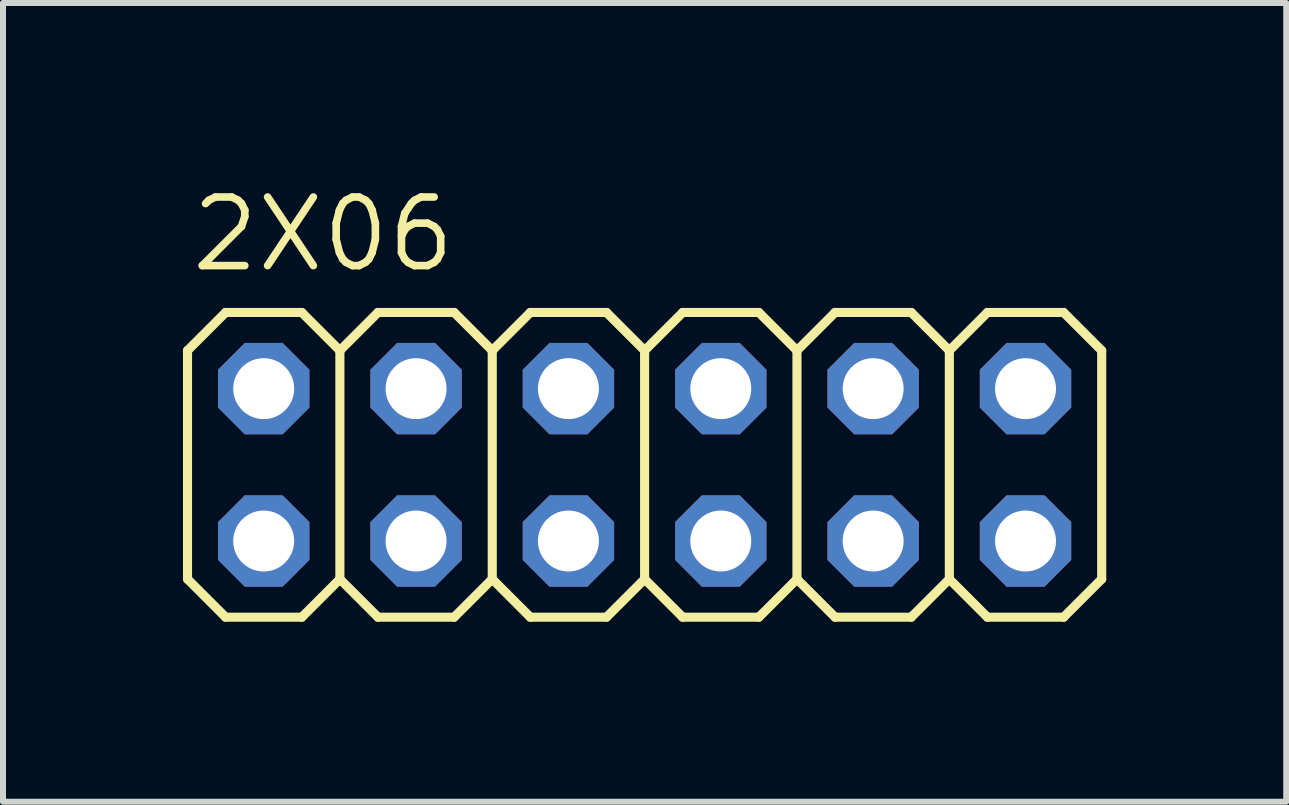
<source format=kicad_pcb>
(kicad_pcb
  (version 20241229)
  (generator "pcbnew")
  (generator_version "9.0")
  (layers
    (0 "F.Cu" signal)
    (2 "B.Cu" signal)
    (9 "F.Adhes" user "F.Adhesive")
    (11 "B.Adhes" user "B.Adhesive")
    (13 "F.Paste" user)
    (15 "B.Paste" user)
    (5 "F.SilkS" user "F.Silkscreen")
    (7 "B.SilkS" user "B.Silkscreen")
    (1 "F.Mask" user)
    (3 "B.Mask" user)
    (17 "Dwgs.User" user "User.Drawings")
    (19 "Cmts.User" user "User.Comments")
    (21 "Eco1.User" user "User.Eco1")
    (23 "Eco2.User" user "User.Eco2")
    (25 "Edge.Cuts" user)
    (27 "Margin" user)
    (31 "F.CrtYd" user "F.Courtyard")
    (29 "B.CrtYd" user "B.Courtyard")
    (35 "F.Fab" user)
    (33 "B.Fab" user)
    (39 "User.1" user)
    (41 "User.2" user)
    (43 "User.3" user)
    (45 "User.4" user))
  (footprint "2X06"
    (layer "F.Cu")
    (at 7.696 4.699)
    (property "Reference" "2X06" (at -7.62 -3.175 0) (layer "F.SilkS") (effects (font (size 1.143 1.143) (thickness 0.127)) (justify left bottom)))
    (fp_line (start -7.62 -1.905) (end -6.985 -2.54) (stroke (width 0.152) (type solid)) (layer "F.SilkS"))
    (fp_line (start -7.62 1.905) (end -7.62 -1.905) (stroke (width 0.152) (type solid)) (layer "F.SilkS"))
    (fp_line (start -7.62 1.905) (end -6.985 2.54) (stroke (width 0.152) (type solid)) (layer "F.SilkS"))
    (fp_line (start -6.985 -2.54) (end -5.715 -2.54) (stroke (width 0.152) (type solid)) (layer "F.SilkS"))
    (fp_line (start -6.985 2.54) (end -5.715 2.54) (stroke (width 0.152) (type solid)) (layer "F.SilkS"))
    (fp_line (start -5.715 -2.54) (end -5.08 -1.905) (stroke (width 0.152) (type solid)) (layer "F.SilkS"))
    (fp_line (start -5.715 2.54) (end -5.08 1.905) (stroke (width 0.152) (type solid)) (layer "F.SilkS"))
    (fp_line (start -5.08 -1.905) (end -5.08 1.905) (stroke (width 0.152) (type solid)) (layer "F.SilkS"))
    (fp_line (start -5.08 -1.905) (end -4.445 -2.54) (stroke (width 0.152) (type solid)) (layer "F.SilkS"))
    (fp_line (start -5.08 1.905) (end -4.445 2.54) (stroke (width 0.152) (type solid)) (layer "F.SilkS"))
    (fp_line (start -4.445 -2.54) (end -3.175 -2.54) (stroke (width 0.152) (type solid)) (layer "F.SilkS"))
    (fp_line (start -4.445 2.54) (end -3.175 2.54) (stroke (width 0.152) (type solid)) (layer "F.SilkS"))
    (fp_line (start -3.175 -2.54) (end -2.54 -1.905) (stroke (width 0.152) (type solid)) (layer "F.SilkS"))
    (fp_line (start -3.175 2.54) (end -2.54 1.905) (stroke (width 0.152) (type solid)) (layer "F.SilkS"))
    (fp_line (start -2.54 -1.905) (end -2.54 1.905) (stroke (width 0.152) (type solid)) (layer "F.SilkS"))
    (fp_line (start -2.54 -1.905) (end -1.905 -2.54) (stroke (width 0.152) (type solid)) (layer "F.SilkS"))
    (fp_line (start -2.54 1.905) (end -1.905 2.54) (stroke (width 0.152) (type solid)) (layer "F.SilkS"))
    (fp_line (start -1.905 -2.54) (end -0.635 -2.54) (stroke (width 0.152) (type solid)) (layer "F.SilkS"))
    (fp_line (start -1.905 2.54) (end -0.635 2.54) (stroke (width 0.152) (type solid)) (layer "F.SilkS"))
    (fp_line (start -0.635 -2.54) (end 0 -1.905) (stroke (width 0.152) (type solid)) (layer "F.SilkS"))
    (fp_line (start -0.635 2.54) (end 0 1.905) (stroke (width 0.152) (type solid)) (layer "F.SilkS"))
    (fp_line (start 0 -1.905) (end 0 1.905) (stroke (width 0.152) (type solid)) (layer "F.SilkS"))
    (fp_line (start 0 -1.905) (end 0.635 -2.54) (stroke (width 0.152) (type solid)) (layer "F.SilkS"))
    (fp_line (start 0 1.905) (end 0.635 2.54) (stroke (width 0.152) (type solid)) (layer "F.SilkS"))
    (fp_line (start 0.635 -2.54) (end 1.905 -2.54) (stroke (width 0.152) (type solid)) (layer "F.SilkS"))
    (fp_line (start 0.635 2.54) (end 1.905 2.54) (stroke (width 0.152) (type solid)) (layer "F.SilkS"))
    (fp_line (start 1.905 -2.54) (end 2.54 -1.905) (stroke (width 0.152) (type solid)) (layer "F.SilkS"))
    (fp_line (start 1.905 2.54) (end 2.54 1.905) (stroke (width 0.152) (type solid)) (layer "F.SilkS"))
    (fp_line (start 2.54 -1.905) (end 2.54 1.905) (stroke (width 0.152) (type solid)) (layer "F.SilkS"))
    (fp_line (start 2.54 -1.905) (end 3.175 -2.54) (stroke (width 0.152) (type solid)) (layer "F.SilkS"))
    (fp_line (start 2.54 1.905) (end 3.175 2.54) (stroke (width 0.152) (type solid)) (layer "F.SilkS"))
    (fp_line (start 3.175 -2.54) (end 4.445 -2.54) (stroke (width 0.152) (type solid)) (layer "F.SilkS"))
    (fp_line (start 3.175 2.54) (end 4.445 2.54) (stroke (width 0.152) (type solid)) (layer "F.SilkS"))
    (fp_line (start 4.445 -2.54) (end 5.08 -1.905) (stroke (width 0.152) (type solid)) (layer "F.SilkS"))
    (fp_line (start 4.445 2.54) (end 5.08 1.905) (stroke (width 0.152) (type solid)) (layer "F.SilkS"))
    (fp_line (start 5.08 -1.905) (end 5.08 1.905) (stroke (width 0.152) (type solid)) (layer "F.SilkS"))
    (fp_line (start 5.08 -1.905) (end 5.715 -2.54) (stroke (width 0.152) (type solid)) (layer "F.SilkS"))
    (fp_line (start 5.08 1.905) (end 5.715 2.54) (stroke (width 0.152) (type solid)) (layer "F.SilkS"))
    (fp_line (start 5.715 -2.54) (end 6.985 -2.54) (stroke (width 0.152) (type solid)) (layer "F.SilkS"))
    (fp_line (start 5.715 2.54) (end 6.985 2.54) (stroke (width 0.152) (type solid)) (layer "F.SilkS"))
    (fp_line (start 6.985 -2.54) (end 7.62 -1.905) (stroke (width 0.152) (type solid)) (layer "F.SilkS"))
    (fp_line (start 6.985 2.54) (end 7.62 1.905) (stroke (width 0.152) (type solid)) (layer "F.SilkS"))
    (fp_line (start 7.62 -1.905) (end 7.62 1.905) (stroke (width 0.152) (type solid)) (layer "F.SilkS"))
    (fp_poly (pts (xy -6.604 -1.016) (xy -6.096 -1.016) (xy -6.096 -1.524) (xy -6.604 -1.524)) (stroke (width 0.1) (type solid)) (fill no) (layer "F.Fab"))
    (fp_poly (pts (xy -6.604 1.524) (xy -6.096 1.524) (xy -6.096 1.016) (xy -6.604 1.016)) (stroke (width 0.1) (type solid)) (fill no) (layer "F.Fab"))
    (fp_poly (pts (xy -4.064 -1.016) (xy -3.556 -1.016) (xy -3.556 -1.524) (xy -4.064 -1.524)) (stroke (width 0.1) (type solid)) (fill no) (layer "F.Fab"))
    (fp_poly (pts (xy -4.064 1.524) (xy -3.556 1.524) (xy -3.556 1.016) (xy -4.064 1.016)) (stroke (width 0.1) (type solid)) (fill no) (layer "F.Fab"))
    (fp_poly (pts (xy -1.524 -1.016) (xy -1.016 -1.016) (xy -1.016 -1.524) (xy -1.524 -1.524)) (stroke (width 0.1) (type solid)) (fill no) (layer "F.Fab"))
    (fp_poly (pts (xy -1.524 1.524) (xy -1.016 1.524) (xy -1.016 1.016) (xy -1.524 1.016)) (stroke (width 0.1) (type solid)) (fill no) (layer "F.Fab"))
    (fp_poly (pts (xy 1.016 -1.016) (xy 1.524 -1.016) (xy 1.524 -1.524) (xy 1.016 -1.524)) (stroke (width 0.1) (type solid)) (fill no) (layer "F.Fab"))
    (fp_poly (pts (xy 1.016 1.524) (xy 1.524 1.524) (xy 1.524 1.016) (xy 1.016 1.016)) (stroke (width 0.1) (type solid)) (fill no) (layer "F.Fab"))
    (fp_poly (pts (xy 3.556 -1.016) (xy 4.064 -1.016) (xy 4.064 -1.524) (xy 3.556 -1.524)) (stroke (width 0.1) (type solid)) (fill no) (layer "F.Fab"))
    (fp_poly (pts (xy 3.556 1.524) (xy 4.064 1.524) (xy 4.064 1.016) (xy 3.556 1.016)) (stroke (width 0.1) (type solid)) (fill no) (layer "F.Fab"))
    (fp_poly (pts (xy 6.096 -1.016) (xy 6.604 -1.016) (xy 6.604 -1.524) (xy 6.096 -1.524)) (stroke (width 0.1) (type solid)) (fill no) (layer "F.Fab"))
    (fp_poly (pts (xy 6.096 1.524) (xy 6.604 1.524) (xy 6.604 1.016) (xy 6.096 1.016)) (stroke (width 0.1) (type solid)) (fill no) (layer "F.Fab"))
    (pad "1" thru_hole roundrect (at -6.35 1.27) (size 1.524 1.524) (drill 1.016) (layers "*.Cu" "*.Mask") (roundrect_rratio 0.25) (chamfer_ratio 0.293) (chamfer top_left top_right bottom_left bottom_right))
    (pad "2" thru_hole roundrect (at -6.35 -1.27) (size 1.524 1.524) (drill 1.016) (layers "*.Cu" "*.Mask") (roundrect_rratio 0.25) (chamfer_ratio 0.293) (chamfer top_left top_right bottom_left bottom_right))
    (pad "3" thru_hole roundrect (at -3.81 1.27) (size 1.524 1.524) (drill 1.016) (layers "*.Cu" "*.Mask") (roundrect_rratio 0.25) (chamfer_ratio 0.293) (chamfer top_left top_right bottom_left bottom_right))
    (pad "4" thru_hole roundrect (at -3.81 -1.27) (size 1.524 1.524) (drill 1.016) (layers "*.Cu" "*.Mask") (roundrect_rratio 0.25) (chamfer_ratio 0.293) (chamfer top_left top_right bottom_left bottom_right))
    (pad "5" thru_hole roundrect (at -1.27 1.27) (size 1.524 1.524) (drill 1.016) (layers "*.Cu" "*.Mask") (roundrect_rratio 0.25) (chamfer_ratio 0.293) (chamfer top_left top_right bottom_left bottom_right))
    (pad "6" thru_hole roundrect (at -1.27 -1.27) (size 1.524 1.524) (drill 1.016) (layers "*.Cu" "*.Mask") (roundrect_rratio 0.25) (chamfer_ratio 0.293) (chamfer top_left top_right bottom_left bottom_right))
    (pad "7" thru_hole roundrect (at 1.27 1.27) (size 1.524 1.524) (drill 1.016) (layers "*.Cu" "*.Mask") (roundrect_rratio 0.25) (chamfer_ratio 0.293) (chamfer top_left top_right bottom_left bottom_right))
    (pad "8" thru_hole roundrect (at 1.27 -1.27) (size 1.524 1.524) (drill 1.016) (layers "*.Cu" "*.Mask") (roundrect_rratio 0.25) (chamfer_ratio 0.293) (chamfer top_left top_right bottom_left bottom_right))
    (pad "9" thru_hole roundrect (at 3.81 1.27) (size 1.524 1.524) (drill 1.016) (layers "*.Cu" "*.Mask") (roundrect_rratio 0.25) (chamfer_ratio 0.293) (chamfer top_left top_right bottom_left bottom_right))
    (pad "10" thru_hole roundrect (at 3.81 -1.27) (size 1.524 1.524) (drill 1.016) (layers "*.Cu" "*.Mask") (roundrect_rratio 0.25) (chamfer_ratio 0.293) (chamfer top_left top_right bottom_left bottom_right))
    (pad "11" thru_hole roundrect (at 6.35 1.27) (size 1.524 1.524) (drill 1.016) (layers "*.Cu" "*.Mask") (roundrect_rratio 0.25) (chamfer_ratio 0.293) (chamfer top_left top_right bottom_left bottom_right))
    (pad "12" thru_hole roundrect (at 6.35 -1.27) (size 1.524 1.524) (drill 1.016) (layers "*.Cu" "*.Mask") (roundrect_rratio 0.25) (chamfer_ratio 0.293) (chamfer top_left top_right bottom_left bottom_right)))
  (gr_rect
    (start -3 -3)
    (end 18.392 10.315)
    (stroke (width 0.1) (type default))
    (fill no)
    (layer "Edge.Cuts")))
</source>
